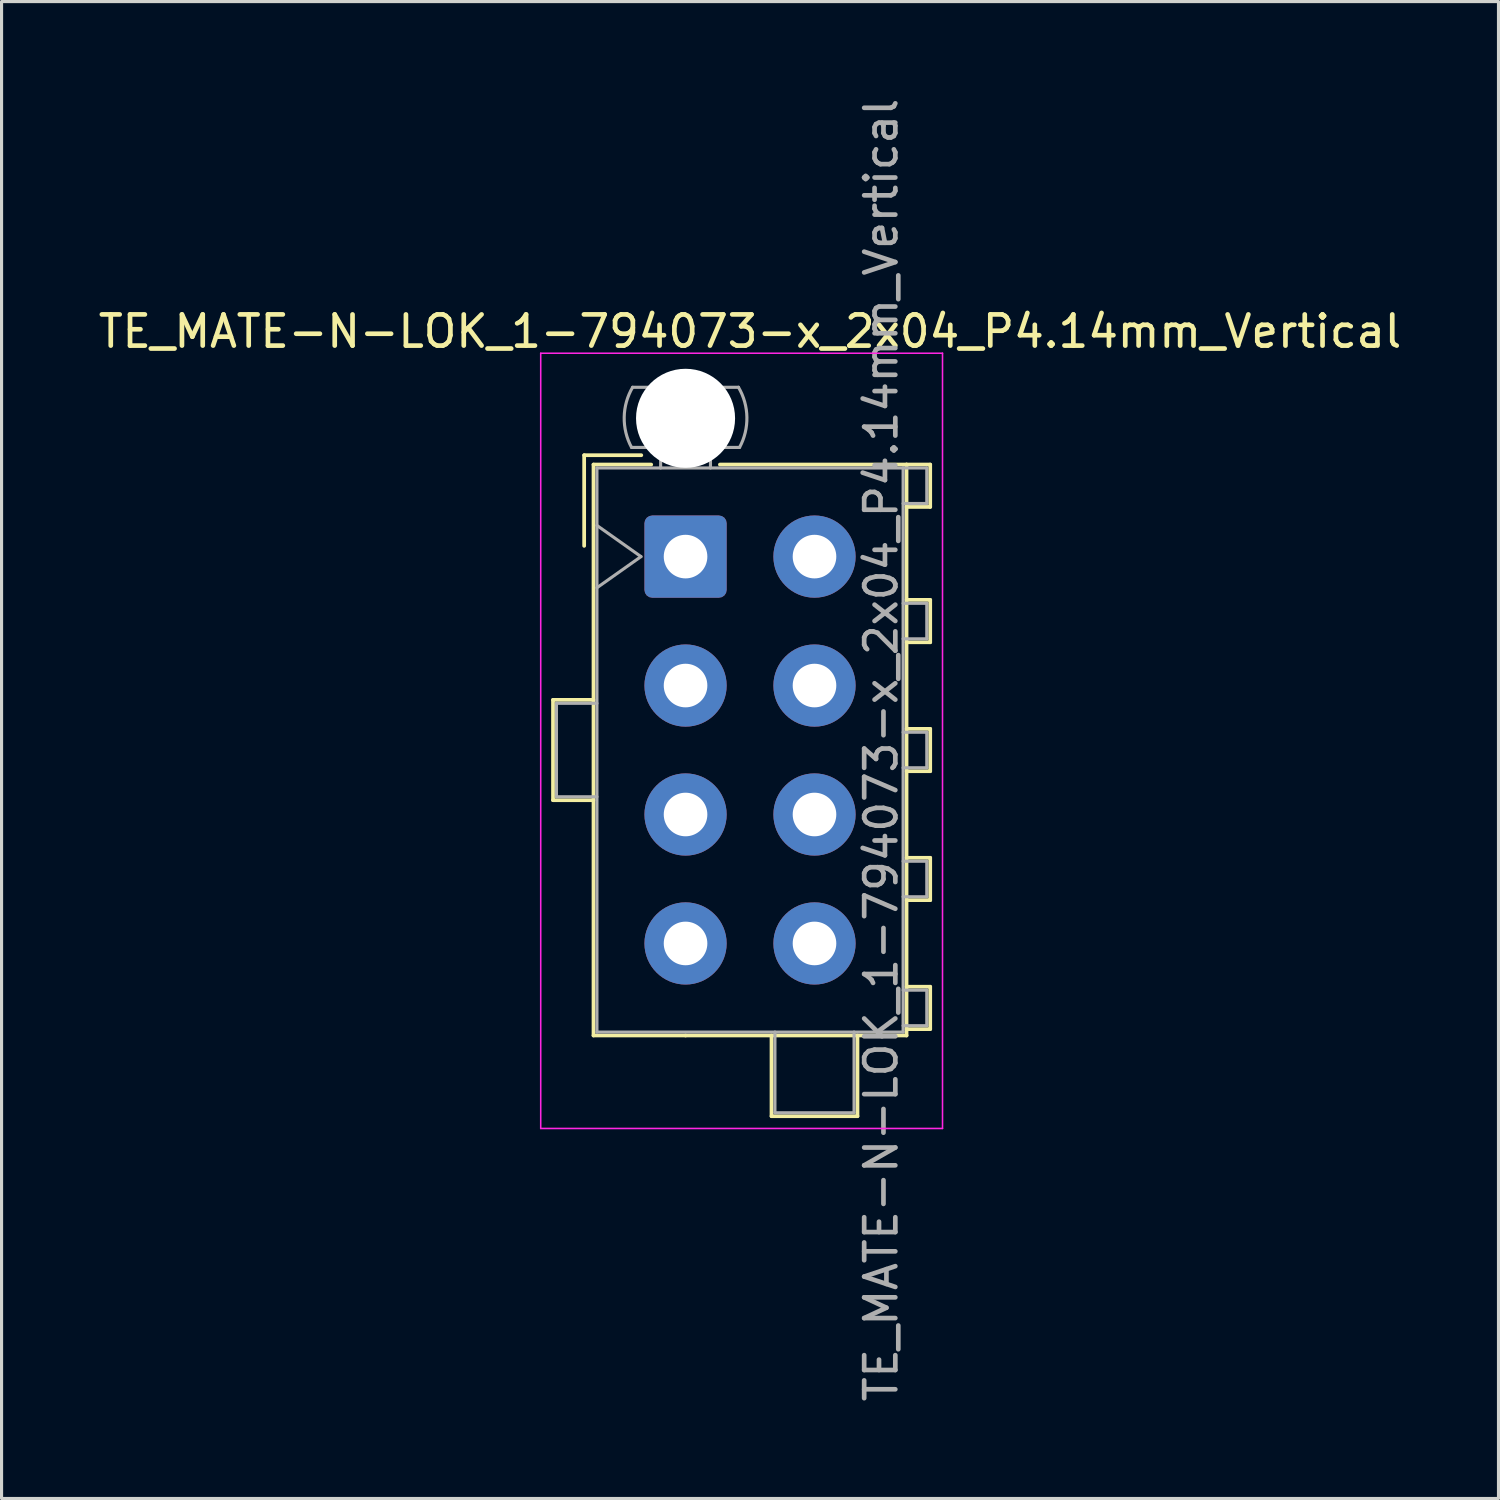
<source format=kicad_pcb>
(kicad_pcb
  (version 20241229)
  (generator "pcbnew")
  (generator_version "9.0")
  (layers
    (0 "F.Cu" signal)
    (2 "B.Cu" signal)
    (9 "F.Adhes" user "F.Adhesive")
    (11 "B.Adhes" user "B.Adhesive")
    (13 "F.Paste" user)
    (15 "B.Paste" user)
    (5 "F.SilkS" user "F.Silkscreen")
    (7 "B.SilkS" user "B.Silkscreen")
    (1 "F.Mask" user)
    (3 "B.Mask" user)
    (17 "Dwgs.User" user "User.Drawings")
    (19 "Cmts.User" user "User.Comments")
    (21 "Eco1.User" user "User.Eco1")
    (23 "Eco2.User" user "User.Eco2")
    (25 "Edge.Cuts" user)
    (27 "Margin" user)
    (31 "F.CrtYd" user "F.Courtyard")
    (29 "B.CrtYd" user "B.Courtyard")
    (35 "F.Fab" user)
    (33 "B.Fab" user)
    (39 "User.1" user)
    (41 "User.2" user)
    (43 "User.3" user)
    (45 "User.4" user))
  (footprint "TE_MATE-N-LOK_1-794073-x_2x04_P4.14mm_Vertical"
    (layer "F.Cu")
    (at 18.96 14.82)
    (property "Reference" "TE_MATE-N-LOK_1-794073-x_2x04_P4.14mm_Vertical" (at 2.07 -7.23 0) (layer "F.SilkS") (effects (font (size 1 1) (thickness 0.15))))
    (attr through_hole)
    (fp_line (start -4.255 4.6) (end -4.255 7.82) (stroke (width 0.12) (type solid)) (layer "F.SilkS"))
    (fp_line (start -4.255 7.82) (end -2.955 7.82) (stroke (width 0.12) (type solid)) (layer "F.SilkS"))
    (fp_line (start -3.255 -3.255) (end -3.255 -0.345) (stroke (width 0.12) (type solid)) (layer "F.SilkS"))
    (fp_line (start -2.955 -2.955) (end -2.955 15.375) (stroke (width 0.12) (type solid)) (layer "F.SilkS"))
    (fp_line (start -2.955 4.6) (end -4.255 4.6) (stroke (width 0.12) (type solid)) (layer "F.SilkS"))
    (fp_line (start -2.955 15.375) (end 0 15.375) (stroke (width 0.12) (type solid)) (layer "F.SilkS"))
    (fp_line (start -1.421 -3.255) (end -3.255 -3.255) (stroke (width 0.12) (type solid)) (layer "F.SilkS"))
    (fp_line (start -1.103 -2.955) (end -2.955 -2.955) (stroke (width 0.12) (type solid)) (layer "F.SilkS"))
    (fp_line (start 1.103 -2.955) (end 7.095 -2.955) (stroke (width 0.12) (type solid)) (layer "F.SilkS"))
    (fp_line (start 2.76 15.375) (end 2.76 17.966) (stroke (width 0.12) (type solid)) (layer "F.SilkS"))
    (fp_line (start 2.76 17.966) (end 5.52 17.966) (stroke (width 0.12) (type solid)) (layer "F.SilkS"))
    (fp_line (start 5.52 17.966) (end 5.52 15.375) (stroke (width 0.12) (type solid)) (layer "F.SilkS"))
    (fp_line (start 7.095 -2.955) (end 7.095 15.375) (stroke (width 0.12) (type solid)) (layer "F.SilkS"))
    (fp_line (start 7.095 -2.955) (end 7.855 -2.955) (stroke (width 0.12) (type solid)) (layer "F.SilkS"))
    (fp_line (start 7.095 1.39) (end 7.855 1.39) (stroke (width 0.12) (type solid)) (layer "F.SilkS"))
    (fp_line (start 7.095 5.53) (end 7.855 5.53) (stroke (width 0.12) (type solid)) (layer "F.SilkS"))
    (fp_line (start 7.095 9.67) (end 7.855 9.67) (stroke (width 0.12) (type solid)) (layer "F.SilkS"))
    (fp_line (start 7.095 13.81) (end 7.855 13.81) (stroke (width 0.12) (type solid)) (layer "F.SilkS"))
    (fp_line (start 7.095 15.375) (end 0 15.375) (stroke (width 0.12) (type solid)) (layer "F.SilkS"))
    (fp_line (start 7.855 -2.955) (end 7.855 -1.595) (stroke (width 0.12) (type solid)) (layer "F.SilkS"))
    (fp_line (start 7.855 -1.595) (end 7.095 -1.595) (stroke (width 0.12) (type solid)) (layer "F.SilkS"))
    (fp_line (start 7.855 1.39) (end 7.855 2.75) (stroke (width 0.12) (type solid)) (layer "F.SilkS"))
    (fp_line (start 7.855 2.75) (end 7.095 2.75) (stroke (width 0.12) (type solid)) (layer "F.SilkS"))
    (fp_line (start 7.855 5.53) (end 7.855 6.89) (stroke (width 0.12) (type solid)) (layer "F.SilkS"))
    (fp_line (start 7.855 6.89) (end 7.095 6.89) (stroke (width 0.12) (type solid)) (layer "F.SilkS"))
    (fp_line (start 7.855 9.67) (end 7.855 11.03) (stroke (width 0.12) (type solid)) (layer "F.SilkS"))
    (fp_line (start 7.855 11.03) (end 7.095 11.03) (stroke (width 0.12) (type solid)) (layer "F.SilkS"))
    (fp_line (start 7.855 13.81) (end 7.855 15.17) (stroke (width 0.12) (type solid)) (layer "F.SilkS"))
    (fp_line (start 7.855 15.17) (end 7.095 15.17) (stroke (width 0.12) (type solid)) (layer "F.SilkS"))
    (fp_line (start -4.65 -6.53) (end -4.65 18.36) (stroke (width 0.05) (type solid)) (layer "F.CrtYd"))
    (fp_line (start -4.65 18.36) (end 8.25 18.36) (stroke (width 0.05) (type solid)) (layer "F.CrtYd"))
    (fp_line (start 8.25 -6.53) (end -4.65 -6.53) (stroke (width 0.05) (type solid)) (layer "F.CrtYd"))
    (fp_line (start 8.25 18.36) (end 8.25 -6.53) (stroke (width 0.05) (type solid)) (layer "F.CrtYd"))
    (fp_line (start -4.145 4.71) (end -4.145 7.71) (stroke (width 0.1) (type solid)) (layer "F.Fab"))
    (fp_line (start -4.145 7.71) (end -2.845 7.71) (stroke (width 0.1) (type solid)) (layer "F.Fab"))
    (fp_line (start -2.845 -2.845) (end -2.845 15.265) (stroke (width 0.1) (type solid)) (layer "F.Fab"))
    (fp_line (start -2.845 -1) (end -1.431 0) (stroke (width 0.1) (type solid)) (layer "F.Fab"))
    (fp_line (start -2.845 4.71) (end -4.145 4.71) (stroke (width 0.1) (type solid)) (layer "F.Fab"))
    (fp_line (start -2.845 15.265) (end 6.985 15.265) (stroke (width 0.1) (type solid)) (layer "F.Fab"))
    (fp_line (start -1.431 0) (end -2.845 1) (stroke (width 0.1) (type solid)) (layer "F.Fab"))
    (fp_line (start -0.8 -2.845) (end -0.8 -3.505) (stroke (width 0.1) (type solid)) (layer "F.Fab"))
    (fp_line (start 0.8 -2.845) (end 0.8 -3.505) (stroke (width 0.1) (type solid)) (layer "F.Fab"))
    (fp_line (start 1.7 -5.436) (end -1.7 -5.436) (stroke (width 0.1) (type solid)) (layer "F.Fab"))
    (fp_line (start 1.734 -3.505) (end -1.734 -3.505) (stroke (width 0.1) (type solid)) (layer "F.Fab"))
    (fp_line (start 2.87 15.265) (end 2.87 17.856) (stroke (width 0.1) (type solid)) (layer "F.Fab"))
    (fp_line (start 2.87 17.856) (end 5.41 17.856) (stroke (width 0.1) (type solid)) (layer "F.Fab"))
    (fp_line (start 5.41 17.856) (end 5.41 15.265) (stroke (width 0.1) (type solid)) (layer "F.Fab"))
    (fp_line (start 6.985 -2.845) (end -2.845 -2.845) (stroke (width 0.1) (type solid)) (layer "F.Fab"))
    (fp_line (start 6.985 -2.845) (end 7.745 -2.845) (stroke (width 0.1) (type solid)) (layer "F.Fab"))
    (fp_line (start 6.985 1.5) (end 7.745 1.5) (stroke (width 0.1) (type solid)) (layer "F.Fab"))
    (fp_line (start 6.985 5.64) (end 7.745 5.64) (stroke (width 0.1) (type solid)) (layer "F.Fab"))
    (fp_line (start 6.985 9.78) (end 7.745 9.78) (stroke (width 0.1) (type solid)) (layer "F.Fab"))
    (fp_line (start 6.985 13.92) (end 7.745 13.92) (stroke (width 0.1) (type solid)) (layer "F.Fab"))
    (fp_line (start 6.985 15.265) (end 6.985 -2.845) (stroke (width 0.1) (type solid)) (layer "F.Fab"))
    (fp_line (start 7.745 -2.845) (end 7.745 -1.705) (stroke (width 0.1) (type solid)) (layer "F.Fab"))
    (fp_line (start 7.745 -1.705) (end 6.985 -1.705) (stroke (width 0.1) (type solid)) (layer "F.Fab"))
    (fp_line (start 7.745 1.5) (end 7.745 2.64) (stroke (width 0.1) (type solid)) (layer "F.Fab"))
    (fp_line (start 7.745 2.64) (end 6.985 2.64) (stroke (width 0.1) (type solid)) (layer "F.Fab"))
    (fp_line (start 7.745 5.64) (end 7.745 6.78) (stroke (width 0.1) (type solid)) (layer "F.Fab"))
    (fp_line (start 7.745 6.78) (end 6.985 6.78) (stroke (width 0.1) (type solid)) (layer "F.Fab"))
    (fp_line (start 7.745 9.78) (end 7.745 10.92) (stroke (width 0.1) (type solid)) (layer "F.Fab"))
    (fp_line (start 7.745 10.92) (end 6.985 10.92) (stroke (width 0.1) (type solid)) (layer "F.Fab"))
    (fp_line (start 7.745 13.92) (end 7.745 15.06) (stroke (width 0.1) (type solid)) (layer "F.Fab"))
    (fp_line (start 7.745 15.06) (end 6.985 15.06) (stroke (width 0.1) (type solid)) (layer "F.Fab"))
    (fp_arc (start -1.733977 -3.505) (mid -1.969689 -4.474992) (end -1.699672 -5.436) (stroke (width 0.1) (type solid)) (layer "F.Fab"))
    (fp_arc (start 1.699672 -5.436) (mid 1.969689 -4.474992) (end 1.733977 -3.505) (stroke (width 0.1) (type solid)) (layer "F.Fab"))
    (fp_text user "${REFERENCE}" (at 6.28 6.21 90) (layer "F.Fab") (effects (font (size 1 1) (thickness 0.15))))
    (pad "" np_thru_hole circle (at 0 -4.44) (size 3.18 3.18) (drill 3.18) (layers "*.Cu" "*.Mask"))
    (pad "1" thru_hole roundrect (at 0 0) (size 2.64 2.64) (drill 1.4) (layers "*.Cu" "*.Mask") (roundrect_rratio 0.095))
    (pad "2" thru_hole circle (at 0 4.14) (size 2.64 2.64) (drill 1.4) (layers "*.Cu" "*.Mask"))
    (pad "3" thru_hole circle (at 0 8.28) (size 2.64 2.64) (drill 1.4) (layers "*.Cu" "*.Mask"))
    (pad "4" thru_hole circle (at 0 12.42) (size 2.64 2.64) (drill 1.4) (layers "*.Cu" "*.Mask"))
    (pad "5" thru_hole circle (at 4.14 0) (size 2.64 2.64) (drill 1.4) (layers "*.Cu" "*.Mask"))
    (pad "6" thru_hole circle (at 4.14 4.14) (size 2.64 2.64) (drill 1.4) (layers "*.Cu" "*.Mask"))
    (pad "7" thru_hole circle (at 4.14 8.28) (size 2.64 2.64) (drill 1.4) (layers "*.Cu" "*.Mask"))
    (pad "8" thru_hole circle (at 4.14 12.42) (size 2.64 2.64) (drill 1.4) (layers "*.Cu" "*.Mask")))
  (gr_rect
    (start -3 -3)
    (end 45.06 45.06)
    (stroke (width 0.1) (type default))
    (fill no)
    (layer "Edge.Cuts")))
</source>
